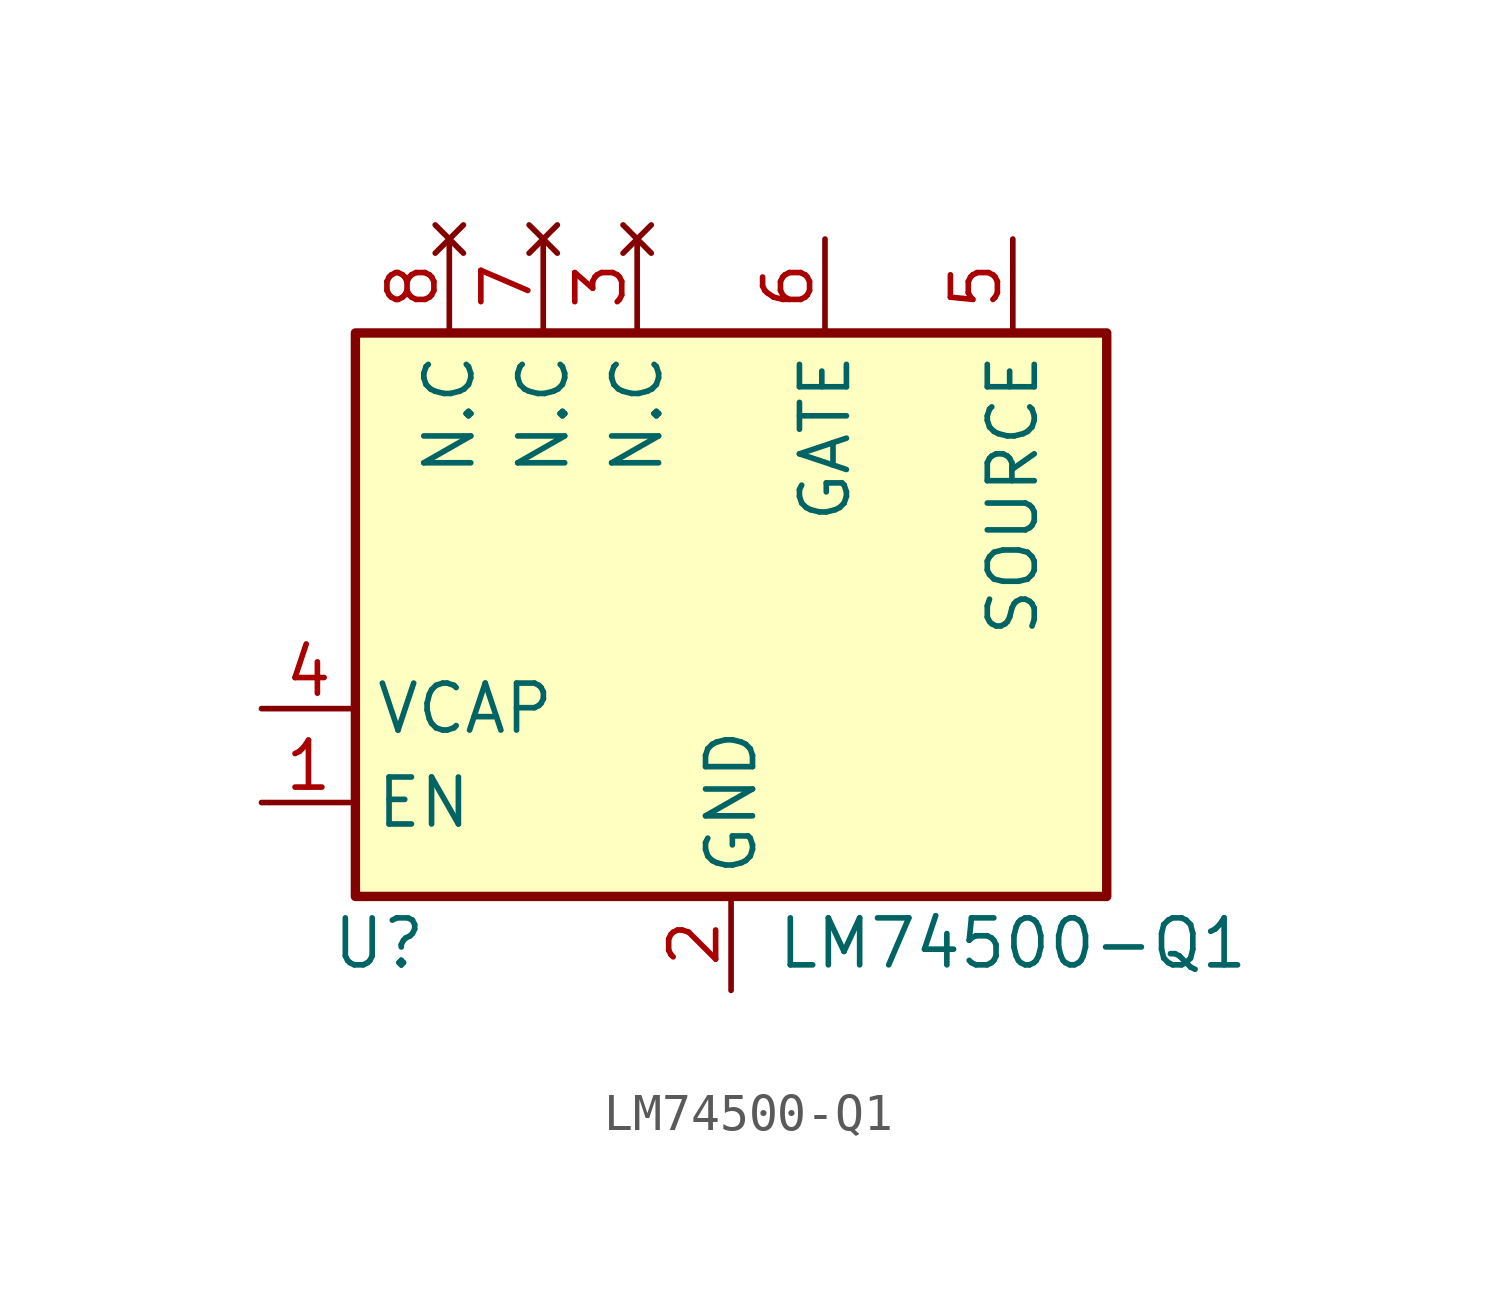
<source format=kicad_sym>
(kicad_symbol_lib
  (version 20241209)
  (generator "kicad_symbol_editor")
  (generator_version "9.0")
  (symbol "LM74500-Q1"
    (property "Reference" "U"
      (at -9.525 -8.89 0)
      (effects (font (size 1.27 1.27))))
    (property "Value" "LM74500-Q1"
      (at 7.62 -8.89 0)
      (effects (font (size 1.27 1.27))))
    (symbol "LM74500-Q1_0_1"
      (rectangle (start -10.16 7.62) (end 10.16 -7.62) (stroke (width 0.254) (type default)) (fill (type background))))
    (symbol "LM74500-Q1_1_1"
      (pin passive line (at -12.7 -2.54 0) (length 2.54) (name "VCAP" (effects (font (size 1.27 1.27)))) (number "4" (effects (font (size 1.27 1.27)))))
      (pin input line (at -12.7 -5.08 0) (length 2.54) (name "EN" (effects (font (size 1.27 1.27)))) (number "1" (effects (font (size 1.27 1.27)))))
      (pin no_connect line (at -7.62 10.16 270) (length 2.54) (name "N.C" (effects (font (size 1.27 1.27)))) (number "8" (effects (font (size 1.27 1.27)))))
      (pin no_connect line (at -5.08 10.16 270) (length 2.54) (name "N.C" (effects (font (size 1.27 1.27)))) (number "7" (effects (font (size 1.27 1.27)))))
      (pin no_connect line (at -2.54 10.16 270) (length 2.54) (name "N.C" (effects (font (size 1.27 1.27)))) (number "3" (effects (font (size 1.27 1.27)))))
      (pin power_in line (at 0 -10.16 90) (length 2.54) (name "GND" (effects (font (size 1.27 1.27)))) (number "2" (effects (font (size 1.27 1.27)))))
      (pin output line (at 2.54 10.16 270) (length 2.54) (name "GATE" (effects (font (size 1.27 1.27)))) (number "6" (effects (font (size 1.27 1.27)))))
      (pin input line (at 7.62 10.16 270) (length 2.54) (name "SOURCE" (effects (font (size 1.27 1.27)))) (number "5" (effects (font (size 1.27 1.27))))))))
</source>
